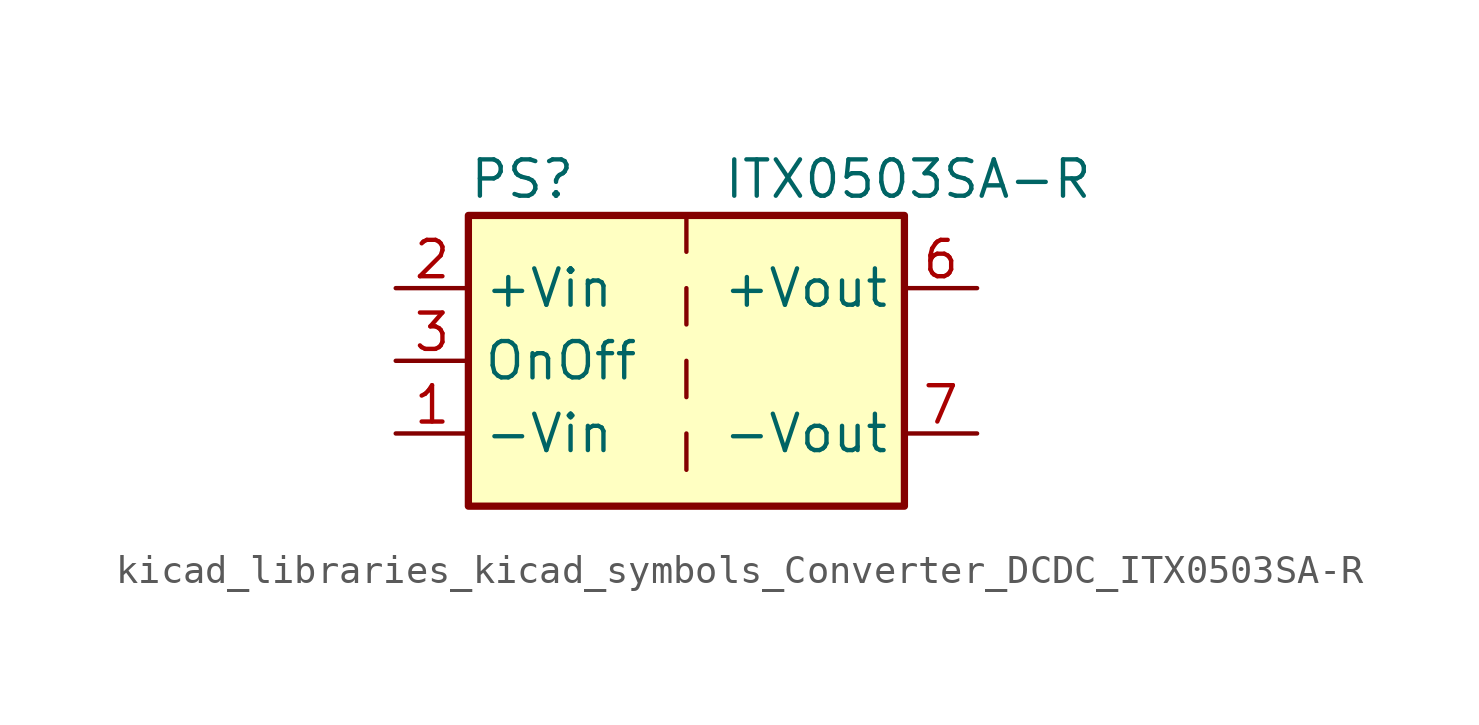
<source format=kicad_sym>
(kicad_symbol_lib
  (version 20220914)
  (generator kicad_symbol_editor)
  (symbol "kicad_libraries_kicad_symbols_Converter_DCDC_ITX0503SA-R"
    (property "Reference" "PS"
      (at -7.62 6.35 0)
      (effects (font (size 1.27 1.27)) (justify left)))
    (property "Value" "ITX0503SA-R"
      (at 1.27 6.35 0)
      (effects (font (size 1.27 1.27)) (justify left)))
    (symbol "kicad_libraries_kicad_symbols_Converter_DCDC_ITX0503SA-R_0_0"
      (pin power_in line (at -10.16 -2.54 0) (length 2.54) (name "-Vin" (effects (font (size 1.27 1.27)))) (number "1" (effects (font (size 1.27 1.27)))))
      (pin power_in line (at -10.16 2.54 0) (length 2.54) (name "+Vin" (effects (font (size 1.27 1.27)))) (number "2" (effects (font (size 1.27 1.27)))))
      (pin input line (at -10.16 0 0) (length 2.54) (name "OnOff" (effects (font (size 1.27 1.27)))) (number "3" (effects (font (size 1.27 1.27)))))
      (pin no_connect line (at 0 5.08 270) (length 2.54) hide (name "NC" (effects (font (size 1.27 1.27)))) (number "5" (effects (font (size 1.27 1.27)))))
      (pin power_out line (at 10.16 2.54 180) (length 2.54) (name "+Vout" (effects (font (size 1.27 1.27)))) (number "6" (effects (font (size 1.27 1.27)))))
      (pin power_out line (at 10.16 -2.54 180) (length 2.54) (name "-Vout" (effects (font (size 1.27 1.27)))) (number "7" (effects (font (size 1.27 1.27)))))
      (pin no_connect line (at 7.62 0 180) (length 2.54) hide (name "NC" (effects (font (size 1.27 1.27)))) (number "8" (effects (font (size 1.27 1.27))))))
    (symbol "kicad_libraries_kicad_symbols_Converter_DCDC_ITX0503SA-R_0_1"
      (rectangle (start -7.62 5.08) (end 7.62 -5.08) (stroke (width 0.254) (type default)) (fill (type background)))
      (polyline (pts (xy 0 -2.54) (xy 0 -3.81)) (stroke (width 0) (type default)) (fill (type none)))
      (polyline (pts (xy 0 0) (xy 0 -1.27)) (stroke (width 0) (type default)) (fill (type none)))
      (polyline (pts (xy 0 2.54) (xy 0 1.27)) (stroke (width 0) (type default)) (fill (type none)))
      (polyline (pts (xy 0 5.08) (xy 0 3.81)) (stroke (width 0) (type default)) (fill (type none))))))
</source>
